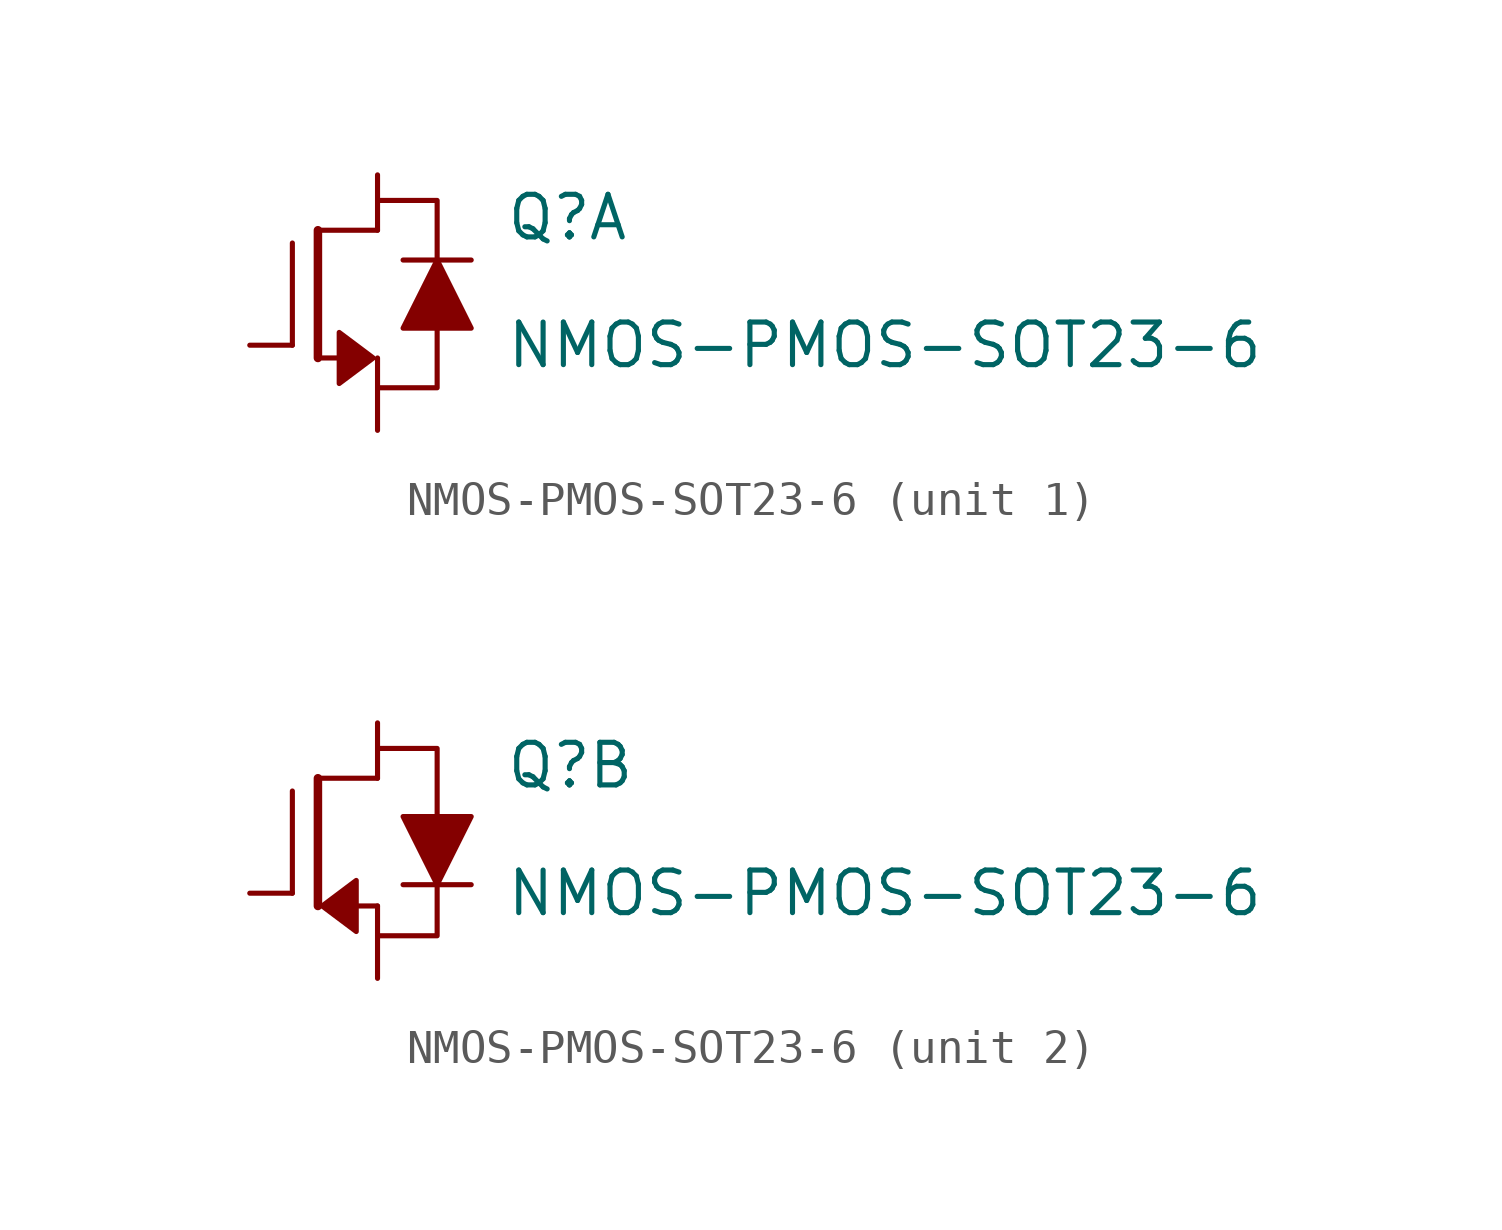
<source format=kicad_sym>
(kicad_symbol_lib
  (version 20211014)
  (generator kicad_symbol_editor)
  (symbol "NMOS-PMOS-SOT23-6"
    (pin_numbers hide)
    (pin_names
      (offset 0.025) hide)
    (property "Reference" "Q"
      (at 3.81 2.54 0)
      (effects (font (size 1.27 1.27)) (justify left)))
    (property "Value" "NMOS-PMOS-SOT23-6"
      (at 3.81 -1.27 0)
      (effects (font (size 1.27 1.27)) (justify left)))
    (property "ki_locked" ""
      (at 0 0 0)
      (effects (font (size 1.27 1.27))))
    (symbol "NMOS-PMOS-SOT23-6_1_1"
      (polyline (pts (xy -2.54 -1.27) (xy -2.54 1.778)) (stroke (width 0) (type default) (color 0 0 0 0)) (fill (type none)))
      (polyline (pts (xy -1.778 -1.651) (xy -1.778 2.159)) (stroke (width 0.254) (type default) (color 0 0 0 0)) (fill (type none)))
      (polyline (pts (xy -1.651 -1.651) (xy -1.016 -1.651)) (stroke (width 0) (type default) (color 0 0 0 0)) (fill (type none)))
      (polyline (pts (xy 0 2.159) (xy -1.778 2.159)) (stroke (width 0) (type default) (color 0 0 0 0)) (fill (type none)))
      (polyline (pts (xy 0.762 1.27) (xy 2.794 1.27)) (stroke (width 0) (type default) (color 0 0 0 0)) (fill (type none)))
      (polyline (pts (xy 0 -2.54) (xy 1.778 -2.54) (xy 1.778 -0.762)) (stroke (width 0) (type default) (color 0 0 0 0)) (fill (type none)))
      (polyline (pts (xy 1.778 1.27) (xy 1.778 3.048) (xy 0 3.048)) (stroke (width 0) (type default) (color 0 0 0 0)) (fill (type none)))
      (polyline (pts (xy -0.127 -1.651) (xy -1.143 -0.889) (xy -1.143 -2.413) (xy -0.127 -1.651)) (stroke (width 0) (type default) (color 0 0 0 0)) (fill (type outline)))
      (polyline (pts (xy 0.762 -0.762) (xy 2.794 -0.762) (xy 1.778 1.27) (xy 0.762 -0.762)) (stroke (width 0) (type default) (color 0 0 0 0)) (fill (type outline)))
      (pin input line (at -3.81 -1.27 0) (length 1.27) (name "~" (effects (font (size 1.27 1.27)))) (number "1" (effects (font (size 1.016 1.016)))))
      (pin input line (at 0 -3.81 90) (length 2.159) (name "~" (effects (font (size 1.27 1.27)))) (number "5" (effects (font (size 1.016 1.016)))))
      (pin input line (at 0 3.81 270) (length 1.651) (name "~" (effects (font (size 1.27 1.27)))) (number "6" (effects (font (size 1.016 1.016))))))
    (symbol "NMOS-PMOS-SOT23-6_2_1"
      (polyline (pts (xy -2.54 -1.27) (xy -2.54 1.778)) (stroke (width 0) (type default) (color 0 0 0 0)) (fill (type none)))
      (polyline (pts (xy -1.778 -1.651) (xy -1.778 2.159)) (stroke (width 0.254) (type default) (color 0 0 0 0)) (fill (type none)))
      (polyline (pts (xy -0.635 -1.651) (xy 0 -1.651)) (stroke (width 0) (type default) (color 0 0 0 0)) (fill (type none)))
      (polyline (pts (xy 0 2.159) (xy -1.778 2.159)) (stroke (width 0) (type default) (color 0 0 0 0)) (fill (type none)))
      (polyline (pts (xy 0.762 -1.016) (xy 2.794 -1.016)) (stroke (width 0) (type default) (color 0 0 0 0)) (fill (type none)))
      (polyline (pts (xy 0 3.048) (xy 1.778 3.048) (xy 1.778 1.016)) (stroke (width 0) (type default) (color 0 0 0 0)) (fill (type none)))
      (polyline (pts (xy 1.778 -1.016) (xy 1.778 -2.54) (xy 0 -2.54)) (stroke (width 0) (type default) (color 0 0 0 0)) (fill (type none)))
      (polyline (pts (xy -1.651 -1.651) (xy -0.635 -0.889) (xy -0.635 -2.413) (xy -1.651 -1.651)) (stroke (width 0) (type default) (color 0 0 0 0)) (fill (type outline)))
      (polyline (pts (xy 0.762 1.016) (xy 2.794 1.016) (xy 1.778 -1.016) (xy 0.762 1.016)) (stroke (width 0) (type default) (color 0 0 0 0)) (fill (type outline)))
      (pin input line (at 0 -3.81 90) (length 2.159) (name "~" (effects (font (size 1.27 1.27)))) (number "2" (effects (font (size 1.016 1.016)))))
      (pin input line (at -3.81 -1.27 0) (length 1.27) (name "~" (effects (font (size 1.27 1.27)))) (number "3" (effects (font (size 1.016 1.016)))))
      (pin input line (at 0 3.81 270) (length 1.651) (name "~" (effects (font (size 1.27 1.27)))) (number "4" (effects (font (size 1.016 1.016))))))))
</source>
